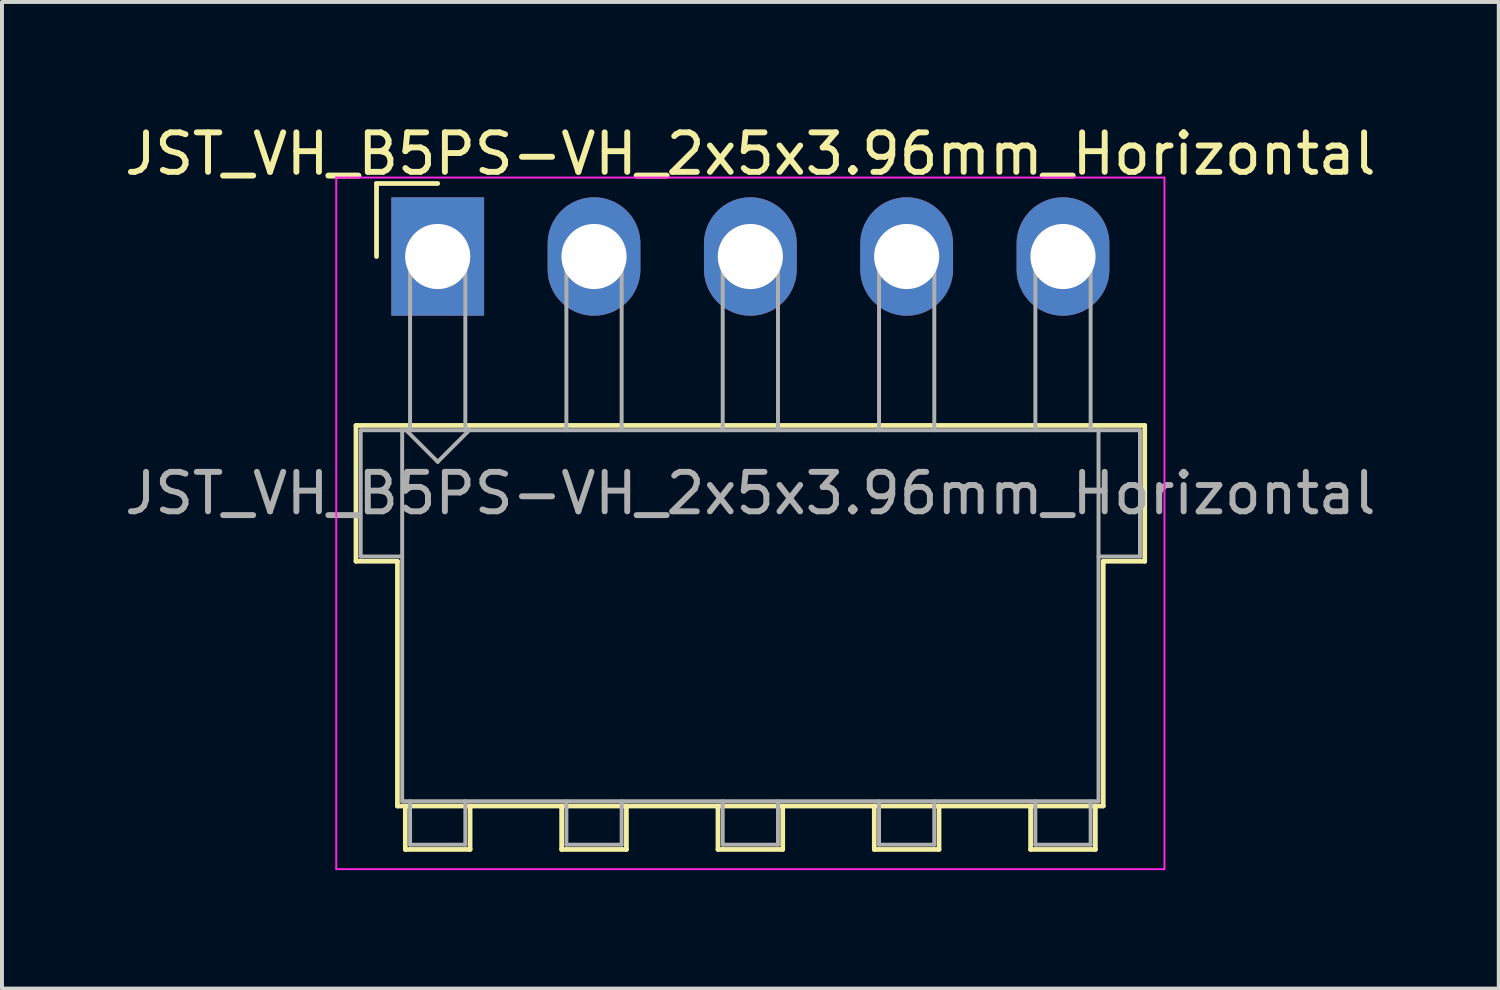
<source format=kicad_pcb>
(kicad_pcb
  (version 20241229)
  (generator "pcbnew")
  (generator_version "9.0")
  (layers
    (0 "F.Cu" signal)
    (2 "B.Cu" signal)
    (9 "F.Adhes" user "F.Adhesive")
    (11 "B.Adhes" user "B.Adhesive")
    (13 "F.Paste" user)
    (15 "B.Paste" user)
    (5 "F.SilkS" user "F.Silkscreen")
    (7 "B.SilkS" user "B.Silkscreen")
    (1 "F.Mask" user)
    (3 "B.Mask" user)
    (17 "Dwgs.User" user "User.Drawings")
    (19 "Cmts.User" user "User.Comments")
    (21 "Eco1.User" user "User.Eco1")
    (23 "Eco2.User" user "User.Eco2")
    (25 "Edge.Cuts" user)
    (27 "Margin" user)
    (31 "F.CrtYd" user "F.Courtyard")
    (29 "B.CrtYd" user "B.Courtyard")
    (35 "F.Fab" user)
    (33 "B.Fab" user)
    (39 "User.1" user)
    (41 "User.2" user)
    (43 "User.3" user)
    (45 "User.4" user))
  (footprint "JST_VH_B5PS-VH_2x5x3.96mm_Horizontal"
    (layer "F.Cu")
    (at 8.038 3.448)
    (property "Reference" "JST_VH_B5PS-VH_2x5x3.96mm_Horizontal" (at 7.92 -2.6 0) (layer "F.SilkS") (effects (font (size 1 1) (thickness 0.15))))
    (attr through_hole)
    (fp_line (start -2.07 4.28) (end 17.91 4.28) (stroke (width 0.12) (type solid)) (layer "F.SilkS"))
    (fp_line (start -2.07 7.72) (end -2.07 4.28) (stroke (width 0.12) (type solid)) (layer "F.SilkS"))
    (fp_line (start -1.55 -1.85) (end -1.55 0) (stroke (width 0.12) (type solid)) (layer "F.SilkS"))
    (fp_line (start -1.02 7.72) (end -2.07 7.72) (stroke (width 0.12) (type solid)) (layer "F.SilkS"))
    (fp_line (start -1.02 13.92) (end -1.02 7.72) (stroke (width 0.12) (type solid)) (layer "F.SilkS"))
    (fp_line (start -0.82 13.92) (end -0.82 15.02) (stroke (width 0.12) (type solid)) (layer "F.SilkS"))
    (fp_line (start -0.82 15.02) (end 0.82 15.02) (stroke (width 0.12) (type solid)) (layer "F.SilkS"))
    (fp_line (start 0 -1.85) (end -1.55 -1.85) (stroke (width 0.12) (type solid)) (layer "F.SilkS"))
    (fp_line (start 0.82 15.02) (end 0.82 13.92) (stroke (width 0.12) (type solid)) (layer "F.SilkS"))
    (fp_line (start 3.14 13.92) (end 3.14 15.02) (stroke (width 0.12) (type solid)) (layer "F.SilkS"))
    (fp_line (start 3.14 15.02) (end 4.78 15.02) (stroke (width 0.12) (type solid)) (layer "F.SilkS"))
    (fp_line (start 4.78 15.02) (end 4.78 13.92) (stroke (width 0.12) (type solid)) (layer "F.SilkS"))
    (fp_line (start 7.1 13.92) (end 7.1 15.02) (stroke (width 0.12) (type solid)) (layer "F.SilkS"))
    (fp_line (start 7.1 15.02) (end 8.74 15.02) (stroke (width 0.12) (type solid)) (layer "F.SilkS"))
    (fp_line (start 8.74 15.02) (end 8.74 13.92) (stroke (width 0.12) (type solid)) (layer "F.SilkS"))
    (fp_line (start 11.06 13.92) (end 11.06 15.02) (stroke (width 0.12) (type solid)) (layer "F.SilkS"))
    (fp_line (start 11.06 15.02) (end 12.7 15.02) (stroke (width 0.12) (type solid)) (layer "F.SilkS"))
    (fp_line (start 12.7 15.02) (end 12.7 13.92) (stroke (width 0.12) (type solid)) (layer "F.SilkS"))
    (fp_line (start 15.02 13.92) (end 15.02 15.02) (stroke (width 0.12) (type solid)) (layer "F.SilkS"))
    (fp_line (start 15.02 15.02) (end 16.66 15.02) (stroke (width 0.12) (type solid)) (layer "F.SilkS"))
    (fp_line (start 16.66 15.02) (end 16.66 13.92) (stroke (width 0.12) (type solid)) (layer "F.SilkS"))
    (fp_line (start 16.86 7.72) (end 16.86 13.92) (stroke (width 0.12) (type solid)) (layer "F.SilkS"))
    (fp_line (start 16.86 13.92) (end -1.02 13.92) (stroke (width 0.12) (type solid)) (layer "F.SilkS"))
    (fp_line (start 17.91 4.28) (end 17.91 7.72) (stroke (width 0.12) (type solid)) (layer "F.SilkS"))
    (fp_line (start 17.91 7.72) (end 16.86 7.72) (stroke (width 0.12) (type solid)) (layer "F.SilkS"))
    (fp_line (start -2.57 -2) (end -2.57 15.52) (stroke (width 0.05) (type solid)) (layer "F.CrtYd"))
    (fp_line (start -2.57 15.52) (end 18.41 15.52) (stroke (width 0.05) (type solid)) (layer "F.CrtYd"))
    (fp_line (start 18.41 -2) (end -2.57 -2) (stroke (width 0.05) (type solid)) (layer "F.CrtYd"))
    (fp_line (start 18.41 15.52) (end 18.41 -2) (stroke (width 0.05) (type solid)) (layer "F.CrtYd"))
    (fp_line (start -1.95 4.4) (end -0.9 4.4) (stroke (width 0.1) (type solid)) (layer "F.Fab"))
    (fp_line (start -1.95 7.6) (end -1.95 4.4) (stroke (width 0.1) (type solid)) (layer "F.Fab"))
    (fp_line (start -0.9 4.4) (end -0.9 13.8) (stroke (width 0.1) (type solid)) (layer "F.Fab"))
    (fp_line (start -0.9 7.6) (end -1.95 7.6) (stroke (width 0.1) (type solid)) (layer "F.Fab"))
    (fp_line (start -0.9 13.8) (end 16.74 13.8) (stroke (width 0.1) (type solid)) (layer "F.Fab"))
    (fp_line (start -0.8 4.4) (end 0 5.2) (stroke (width 0.1) (type solid)) (layer "F.Fab"))
    (fp_line (start -0.7 0) (end 0.7 0) (stroke (width 0.1) (type solid)) (layer "F.Fab"))
    (fp_line (start -0.7 4.4) (end -0.7 0) (stroke (width 0.1) (type solid)) (layer "F.Fab"))
    (fp_line (start -0.7 13.8) (end -0.7 14.9) (stroke (width 0.1) (type solid)) (layer "F.Fab"))
    (fp_line (start -0.7 14.9) (end 0.7 14.9) (stroke (width 0.1) (type solid)) (layer "F.Fab"))
    (fp_line (start 0 5.2) (end 0.8 4.4) (stroke (width 0.1) (type solid)) (layer "F.Fab"))
    (fp_line (start 0.7 0) (end 0.7 4.4) (stroke (width 0.1) (type solid)) (layer "F.Fab"))
    (fp_line (start 0.7 14.9) (end 0.7 13.8) (stroke (width 0.1) (type solid)) (layer "F.Fab"))
    (fp_line (start 3.26 0) (end 4.66 0) (stroke (width 0.1) (type solid)) (layer "F.Fab"))
    (fp_line (start 3.26 4.4) (end 3.26 0) (stroke (width 0.1) (type solid)) (layer "F.Fab"))
    (fp_line (start 3.26 13.8) (end 3.26 14.9) (stroke (width 0.1) (type solid)) (layer "F.Fab"))
    (fp_line (start 3.26 14.9) (end 4.66 14.9) (stroke (width 0.1) (type solid)) (layer "F.Fab"))
    (fp_line (start 4.66 0) (end 4.66 4.4) (stroke (width 0.1) (type solid)) (layer "F.Fab"))
    (fp_line (start 4.66 14.9) (end 4.66 13.8) (stroke (width 0.1) (type solid)) (layer "F.Fab"))
    (fp_line (start 7.22 0) (end 8.62 0) (stroke (width 0.1) (type solid)) (layer "F.Fab"))
    (fp_line (start 7.22 4.4) (end 7.22 0) (stroke (width 0.1) (type solid)) (layer "F.Fab"))
    (fp_line (start 7.22 13.8) (end 7.22 14.9) (stroke (width 0.1) (type solid)) (layer "F.Fab"))
    (fp_line (start 7.22 14.9) (end 8.62 14.9) (stroke (width 0.1) (type solid)) (layer "F.Fab"))
    (fp_line (start 8.62 0) (end 8.62 4.4) (stroke (width 0.1) (type solid)) (layer "F.Fab"))
    (fp_line (start 8.62 14.9) (end 8.62 13.8) (stroke (width 0.1) (type solid)) (layer "F.Fab"))
    (fp_line (start 11.18 0) (end 12.58 0) (stroke (width 0.1) (type solid)) (layer "F.Fab"))
    (fp_line (start 11.18 4.4) (end 11.18 0) (stroke (width 0.1) (type solid)) (layer "F.Fab"))
    (fp_line (start 11.18 13.8) (end 11.18 14.9) (stroke (width 0.1) (type solid)) (layer "F.Fab"))
    (fp_line (start 11.18 14.9) (end 12.58 14.9) (stroke (width 0.1) (type solid)) (layer "F.Fab"))
    (fp_line (start 12.58 0) (end 12.58 4.4) (stroke (width 0.1) (type solid)) (layer "F.Fab"))
    (fp_line (start 12.58 14.9) (end 12.58 13.8) (stroke (width 0.1) (type solid)) (layer "F.Fab"))
    (fp_line (start 15.14 0) (end 16.54 0) (stroke (width 0.1) (type solid)) (layer "F.Fab"))
    (fp_line (start 15.14 4.4) (end 15.14 0) (stroke (width 0.1) (type solid)) (layer "F.Fab"))
    (fp_line (start 15.14 13.8) (end 15.14 14.9) (stroke (width 0.1) (type solid)) (layer "F.Fab"))
    (fp_line (start 15.14 14.9) (end 16.54 14.9) (stroke (width 0.1) (type solid)) (layer "F.Fab"))
    (fp_line (start 16.54 0) (end 16.54 4.4) (stroke (width 0.1) (type solid)) (layer "F.Fab"))
    (fp_line (start 16.54 14.9) (end 16.54 13.8) (stroke (width 0.1) (type solid)) (layer "F.Fab"))
    (fp_line (start 16.74 4.4) (end -0.9 4.4) (stroke (width 0.1) (type solid)) (layer "F.Fab"))
    (fp_line (start 16.74 4.4) (end 17.79 4.4) (stroke (width 0.1) (type solid)) (layer "F.Fab"))
    (fp_line (start 16.74 13.8) (end 16.74 4.4) (stroke (width 0.1) (type solid)) (layer "F.Fab"))
    (fp_line (start 17.79 4.4) (end 17.79 7.6) (stroke (width 0.1) (type solid)) (layer "F.Fab"))
    (fp_line (start 17.79 7.6) (end 16.74 7.6) (stroke (width 0.1) (type solid)) (layer "F.Fab"))
    (fp_text user "${REFERENCE}" (at 7.92 6 0) (layer "F.Fab") (effects (font (size 1 1) (thickness 0.15))))
    (pad "1" thru_hole rect (at 0 0) (size 2.35 3) (drill 1.65) (layers "*.Cu" "*.Mask"))
    (pad "2" thru_hole oval (at 3.96 0) (size 2.35 3) (drill 1.65) (layers "*.Cu" "*.Mask"))
    (pad "3" thru_hole oval (at 7.92 0) (size 2.35 3) (drill 1.65) (layers "*.Cu" "*.Mask"))
    (pad "4" thru_hole oval (at 11.88 0) (size 2.35 3) (drill 1.65) (layers "*.Cu" "*.Mask"))
    (pad "5" thru_hole oval (at 15.84 0) (size 2.35 3) (drill 1.65) (layers "*.Cu" "*.Mask")))
  (gr_rect
    (start -3 -3)
    (end 34.917 21.993)
    (stroke (width 0.1) (type default))
    (fill no)
    (layer "Edge.Cuts")))
</source>
